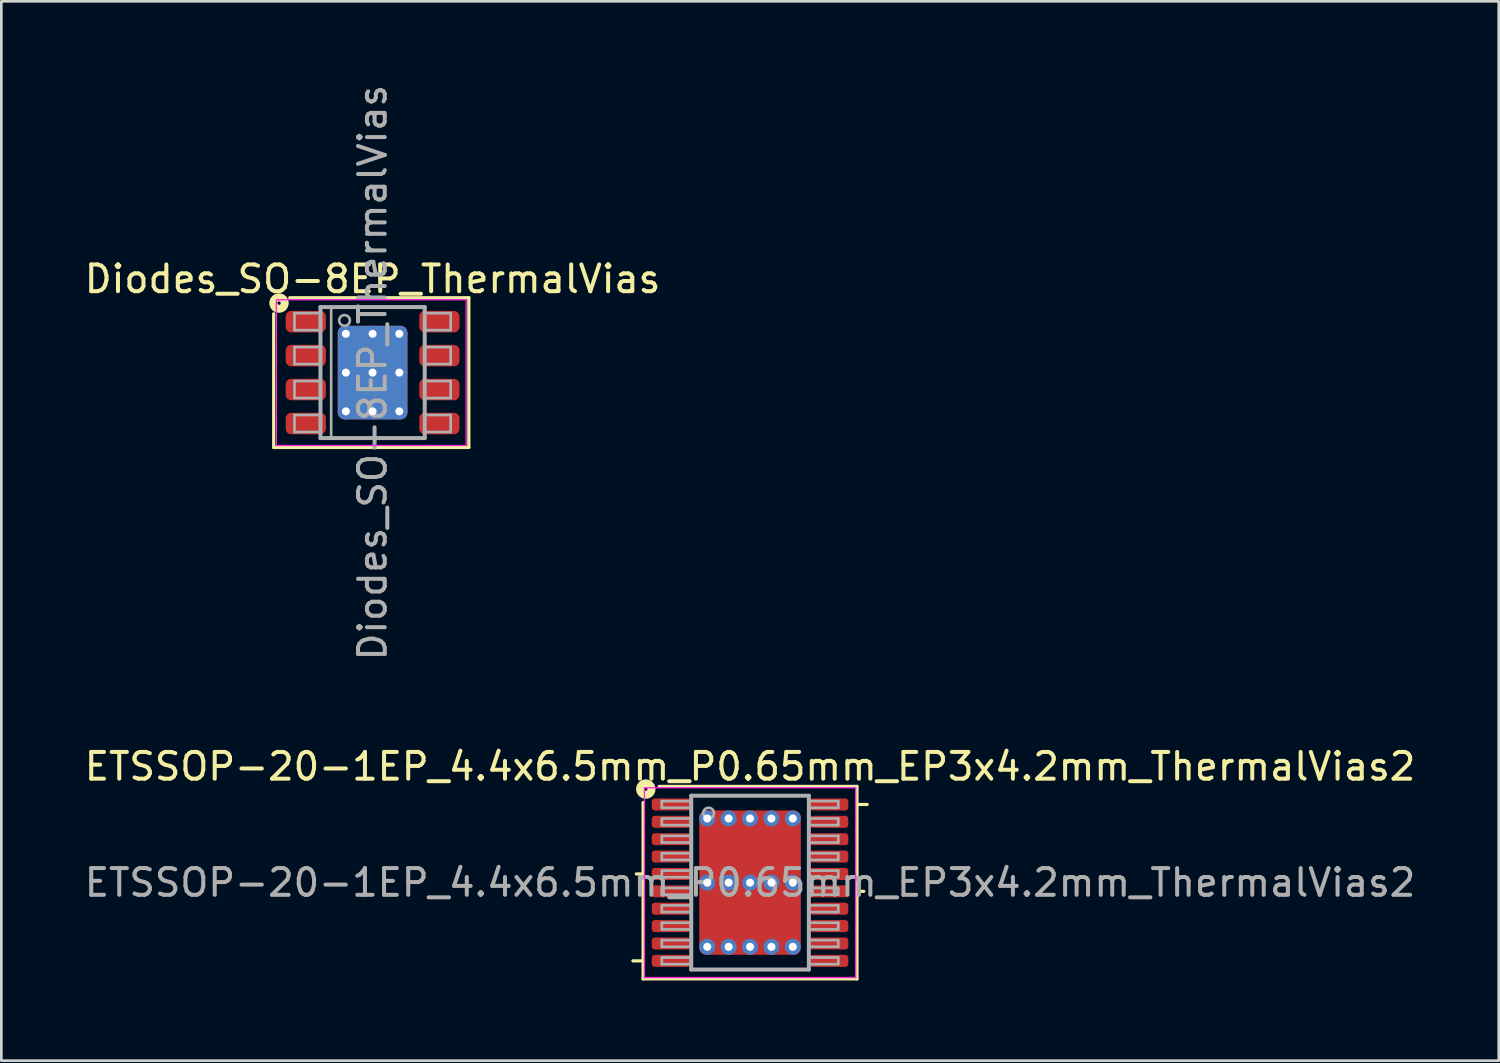
<source format=kicad_pcb>
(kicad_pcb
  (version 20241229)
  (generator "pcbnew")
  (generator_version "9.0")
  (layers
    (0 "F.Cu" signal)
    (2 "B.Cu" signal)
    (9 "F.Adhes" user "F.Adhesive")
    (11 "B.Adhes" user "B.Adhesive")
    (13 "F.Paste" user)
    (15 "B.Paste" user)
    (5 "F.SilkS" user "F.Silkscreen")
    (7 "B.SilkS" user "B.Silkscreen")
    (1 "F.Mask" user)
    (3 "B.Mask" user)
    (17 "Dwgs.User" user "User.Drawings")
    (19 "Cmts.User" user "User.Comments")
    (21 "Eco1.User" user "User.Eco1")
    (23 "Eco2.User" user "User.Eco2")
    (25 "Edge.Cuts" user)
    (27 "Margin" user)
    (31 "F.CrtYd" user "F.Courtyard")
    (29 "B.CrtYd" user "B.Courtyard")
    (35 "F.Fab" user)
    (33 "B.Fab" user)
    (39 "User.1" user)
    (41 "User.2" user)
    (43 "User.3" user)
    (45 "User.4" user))
  (footprint "ETSSOP-20-1EP_4.4x6.5mm_P0.65mm_EP3x4.2mm_ThermalVias2"
    (layer "F.Cu")
    (at 25.006 29.966)
    (property "Reference" "ETSSOP-20-1EP_4.4x6.5mm_P0.65mm_EP3x4.2mm_ThermalVias2" (at 0 -4.344 0) (layer "F.SilkS") (effects (font (size 1 1) (thickness 0.15))))
    (attr smd)
    (fp_line (start -4 -0.325) (end -4.254 -0.325) (stroke (width 0.12) (type solid)) (layer "F.SilkS"))
    (fp_line (start -4 2.925) (end -4.381 2.925) (stroke (width 0.12) (type solid)) (layer "F.SilkS"))
    (fp_line (start -4 3.6) (end -4 -3) (stroke (width 0.12) (type solid)) (layer "F.SilkS"))
    (fp_line (start -3.4 -3.6) (end 4 -3.6) (stroke (width 0.12) (type solid)) (layer "F.SilkS"))
    (fp_line (start 4 -3.6) (end 4 3.6) (stroke (width 0.12) (type solid)) (layer "F.SilkS"))
    (fp_line (start 4 -2.925) (end 4.381 -2.925) (stroke (width 0.12) (type solid)) (layer "F.SilkS"))
    (fp_line (start 4 0.325) (end 4.254 0.325) (stroke (width 0.12) (type solid)) (layer "F.SilkS"))
    (fp_line (start 4 3.6) (end -4 3.6) (stroke (width 0.12) (type solid)) (layer "F.SilkS"))
    (fp_circle (center -3.9 -3.5) (end -3.837 -3.5) (stroke (width 0.3) (type solid)) (fill no) (layer "F.SilkS"))
    (fp_line (start -3.95 -3.55) (end -3.95 3.55) (stroke (width 0.05) (type solid)) (layer "F.CrtYd"))
    (fp_line (start -3.95 -3.55) (end 3.95 -3.55) (stroke (width 0.05) (type solid)) (layer "F.CrtYd"))
    (fp_line (start -3.95 3.55) (end 3.95 3.55) (stroke (width 0.05) (type solid)) (layer "F.CrtYd"))
    (fp_line (start 3.95 -3.55) (end 3.95 3.55) (stroke (width 0.05) (type solid)) (layer "F.CrtYd"))
    (fp_line (start -3.3 -3.05) (end -3.3 -2.8) (stroke (width 0.1) (type solid)) (layer "F.Fab"))
    (fp_line (start -3.3 -3.05) (end -2.2 -3.05) (stroke (width 0.1) (type solid)) (layer "F.Fab"))
    (fp_line (start -3.3 -2.8) (end -2.2 -2.8) (stroke (width 0.1) (type solid)) (layer "F.Fab"))
    (fp_line (start -3.3 -2.4) (end -3.3 -2.15) (stroke (width 0.1) (type solid)) (layer "F.Fab"))
    (fp_line (start -3.3 -2.4) (end -2.2 -2.4) (stroke (width 0.1) (type solid)) (layer "F.Fab"))
    (fp_line (start -3.3 -2.15) (end -2.2 -2.15) (stroke (width 0.1) (type solid)) (layer "F.Fab"))
    (fp_line (start -3.3 -1.75) (end -3.3 -1.5) (stroke (width 0.1) (type solid)) (layer "F.Fab"))
    (fp_line (start -3.3 -1.75) (end -2.2 -1.75) (stroke (width 0.1) (type solid)) (layer "F.Fab"))
    (fp_line (start -3.3 -1.5) (end -2.2 -1.5) (stroke (width 0.1) (type solid)) (layer "F.Fab"))
    (fp_line (start -3.3 -1.1) (end -3.3 -0.85) (stroke (width 0.1) (type solid)) (layer "F.Fab"))
    (fp_line (start -3.3 -1.1) (end -2.2 -1.1) (stroke (width 0.1) (type solid)) (layer "F.Fab"))
    (fp_line (start -3.3 -0.85) (end -2.2 -0.85) (stroke (width 0.1) (type solid)) (layer "F.Fab"))
    (fp_line (start -3.3 -0.45) (end -3.3 -0.2) (stroke (width 0.1) (type solid)) (layer "F.Fab"))
    (fp_line (start -3.3 -0.45) (end -2.2 -0.45) (stroke (width 0.1) (type solid)) (layer "F.Fab"))
    (fp_line (start -3.3 -0.2) (end -2.2 -0.2) (stroke (width 0.1) (type solid)) (layer "F.Fab"))
    (fp_line (start -3.3 0.2) (end -3.3 0.45) (stroke (width 0.1) (type solid)) (layer "F.Fab"))
    (fp_line (start -3.3 0.2) (end -2.2 0.2) (stroke (width 0.1) (type solid)) (layer "F.Fab"))
    (fp_line (start -3.3 0.45) (end -2.2 0.45) (stroke (width 0.1) (type solid)) (layer "F.Fab"))
    (fp_line (start -3.3 0.85) (end -3.3 1.1) (stroke (width 0.1) (type solid)) (layer "F.Fab"))
    (fp_line (start -3.3 0.85) (end -2.2 0.85) (stroke (width 0.1) (type solid)) (layer "F.Fab"))
    (fp_line (start -3.3 1.1) (end -2.2 1.1) (stroke (width 0.1) (type solid)) (layer "F.Fab"))
    (fp_line (start -3.3 1.5) (end -3.3 1.75) (stroke (width 0.1) (type solid)) (layer "F.Fab"))
    (fp_line (start -3.3 1.5) (end -2.2 1.5) (stroke (width 0.1) (type solid)) (layer "F.Fab"))
    (fp_line (start -3.3 1.75) (end -2.2 1.75) (stroke (width 0.1) (type solid)) (layer "F.Fab"))
    (fp_line (start -3.3 2.15) (end -3.3 2.4) (stroke (width 0.1) (type solid)) (layer "F.Fab"))
    (fp_line (start -3.3 2.15) (end -2.2 2.15) (stroke (width 0.1) (type solid)) (layer "F.Fab"))
    (fp_line (start -3.3 2.4) (end -2.2 2.4) (stroke (width 0.1) (type solid)) (layer "F.Fab"))
    (fp_line (start -3.3 2.8) (end -3.3 3.05) (stroke (width 0.1) (type solid)) (layer "F.Fab"))
    (fp_line (start -3.3 2.8) (end -2.2 2.8) (stroke (width 0.1) (type solid)) (layer "F.Fab"))
    (fp_line (start -3.3 3.05) (end -2.2 3.05) (stroke (width 0.1) (type solid)) (layer "F.Fab"))
    (fp_line (start -2.2 -3.25) (end 2.2 -3.25) (stroke (width 0.15) (type solid)) (layer "F.Fab"))
    (fp_line (start -2.2 3.25) (end -2.2 -3.25) (stroke (width 0.15) (type solid)) (layer "F.Fab"))
    (fp_line (start 2.2 -3.25) (end 2.2 3.25) (stroke (width 0.15) (type solid)) (layer "F.Fab"))
    (fp_line (start 2.2 3.25) (end -2.2 3.25) (stroke (width 0.15) (type solid)) (layer "F.Fab"))
    (fp_line (start 3.3 -3.05) (end 2.2 -3.05) (stroke (width 0.1) (type solid)) (layer "F.Fab"))
    (fp_line (start 3.3 -2.8) (end 2.2 -2.8) (stroke (width 0.1) (type solid)) (layer "F.Fab"))
    (fp_line (start 3.3 -2.8) (end 3.3 -3.05) (stroke (width 0.1) (type solid)) (layer "F.Fab"))
    (fp_line (start 3.3 -2.4) (end 2.2 -2.4) (stroke (width 0.1) (type solid)) (layer "F.Fab"))
    (fp_line (start 3.3 -2.15) (end 2.2 -2.15) (stroke (width 0.1) (type solid)) (layer "F.Fab"))
    (fp_line (start 3.3 -2.15) (end 3.3 -2.4) (stroke (width 0.1) (type solid)) (layer "F.Fab"))
    (fp_line (start 3.3 -1.75) (end 2.2 -1.75) (stroke (width 0.1) (type solid)) (layer "F.Fab"))
    (fp_line (start 3.3 -1.5) (end 2.2 -1.5) (stroke (width 0.1) (type solid)) (layer "F.Fab"))
    (fp_line (start 3.3 -1.5) (end 3.3 -1.75) (stroke (width 0.1) (type solid)) (layer "F.Fab"))
    (fp_line (start 3.3 -1.1) (end 2.2 -1.1) (stroke (width 0.1) (type solid)) (layer "F.Fab"))
    (fp_line (start 3.3 -0.85) (end 2.2 -0.85) (stroke (width 0.1) (type solid)) (layer "F.Fab"))
    (fp_line (start 3.3 -0.85) (end 3.3 -1.1) (stroke (width 0.1) (type solid)) (layer "F.Fab"))
    (fp_line (start 3.3 -0.45) (end 2.2 -0.45) (stroke (width 0.1) (type solid)) (layer "F.Fab"))
    (fp_line (start 3.3 -0.2) (end 2.2 -0.2) (stroke (width 0.1) (type solid)) (layer "F.Fab"))
    (fp_line (start 3.3 -0.2) (end 3.3 -0.45) (stroke (width 0.1) (type solid)) (layer "F.Fab"))
    (fp_line (start 3.3 0.2) (end 2.2 0.2) (stroke (width 0.1) (type solid)) (layer "F.Fab"))
    (fp_line (start 3.3 0.45) (end 2.2 0.45) (stroke (width 0.1) (type solid)) (layer "F.Fab"))
    (fp_line (start 3.3 0.45) (end 3.3 0.2) (stroke (width 0.1) (type solid)) (layer "F.Fab"))
    (fp_line (start 3.3 0.85) (end 2.2 0.85) (stroke (width 0.1) (type solid)) (layer "F.Fab"))
    (fp_line (start 3.3 1.1) (end 2.2 1.1) (stroke (width 0.1) (type solid)) (layer "F.Fab"))
    (fp_line (start 3.3 1.1) (end 3.3 0.85) (stroke (width 0.1) (type solid)) (layer "F.Fab"))
    (fp_line (start 3.3 1.5) (end 2.2 1.5) (stroke (width 0.1) (type solid)) (layer "F.Fab"))
    (fp_line (start 3.3 1.75) (end 2.2 1.75) (stroke (width 0.1) (type solid)) (layer "F.Fab"))
    (fp_line (start 3.3 1.75) (end 3.3 1.5) (stroke (width 0.1) (type solid)) (layer "F.Fab"))
    (fp_line (start 3.3 2.15) (end 2.2 2.15) (stroke (width 0.1) (type solid)) (layer "F.Fab"))
    (fp_line (start 3.3 2.4) (end 2.2 2.4) (stroke (width 0.1) (type solid)) (layer "F.Fab"))
    (fp_line (start 3.3 2.4) (end 3.3 2.15) (stroke (width 0.1) (type solid)) (layer "F.Fab"))
    (fp_line (start 3.3 2.8) (end 2.2 2.8) (stroke (width 0.1) (type solid)) (layer "F.Fab"))
    (fp_line (start 3.3 3.05) (end 2.2 3.05) (stroke (width 0.1) (type solid)) (layer "F.Fab"))
    (fp_line (start 3.3 3.05) (end 3.3 2.8) (stroke (width 0.1) (type solid)) (layer "F.Fab"))
    (fp_circle (center -1.55 -2.6) (end -1.35 -2.6) (stroke (width 0.1) (type solid)) (fill no) (layer "F.Fab"))
    (fp_text user "${REFERENCE}" (at 0 0 0) (layer "F.Fab") (effects (font (size 1 1) (thickness 0.15))))
    (pad "" smd roundrect (at -0.7 -1.2) (size 1.2 1.4) (layers "F.Paste") (roundrect_rratio 0.208))
    (pad "" smd roundrect (at -0.7 1.2) (size 1.2 1.4) (layers "F.Paste") (roundrect_rratio 0.208))
    (pad "" smd roundrect (at 0 -1.2) (size 3 1.8) (layers "F.Mask") (roundrect_rratio 0.139))
    (pad "" smd roundrect (at 0 1.2) (size 3 1.8) (layers "F.Mask") (roundrect_rratio 0.139))
    (pad "" smd roundrect (at 0.7 -1.2) (size 1.2 1.4) (layers "F.Paste") (roundrect_rratio 0.208))
    (pad "" smd roundrect (at 0.7 1.2) (size 1.2 1.4) (layers "F.Paste") (roundrect_rratio 0.208))
    (pad "1" smd roundrect (at -2.95 -2.925) (size 1.45 0.45) (layers "F.Cu" "F.Mask" "F.Paste") (roundrect_rratio 0.25))
    (pad "2" smd roundrect (at -2.95 -2.275) (size 1.45 0.45) (layers "F.Cu" "F.Mask" "F.Paste") (roundrect_rratio 0.25))
    (pad "3" smd roundrect (at -2.95 -1.625) (size 1.45 0.45) (layers "F.Cu" "F.Mask" "F.Paste") (roundrect_rratio 0.25))
    (pad "4" smd roundrect (at -2.95 -0.975) (size 1.45 0.45) (layers "F.Cu" "F.Mask" "F.Paste") (roundrect_rratio 0.25))
    (pad "5" smd roundrect (at -2.95 -0.325) (size 1.45 0.45) (layers "F.Cu" "F.Mask" "F.Paste") (roundrect_rratio 0.25))
    (pad "6" smd roundrect (at -2.95 0.325) (size 1.45 0.45) (layers "F.Cu" "F.Mask" "F.Paste") (roundrect_rratio 0.25))
    (pad "7" smd roundrect (at -2.95 0.975) (size 1.45 0.45) (layers "F.Cu" "F.Mask" "F.Paste") (roundrect_rratio 0.25))
    (pad "8" smd roundrect (at -2.95 1.625) (size 1.45 0.45) (layers "F.Cu" "F.Mask" "F.Paste") (roundrect_rratio 0.25))
    (pad "9" smd roundrect (at -2.95 2.275) (size 1.45 0.45) (layers "F.Cu" "F.Mask" "F.Paste") (roundrect_rratio 0.25))
    (pad "10" smd roundrect (at -2.95 2.925) (size 1.45 0.45) (layers "F.Cu" "F.Mask" "F.Paste") (roundrect_rratio 0.25))
    (pad "11" smd roundrect (at 2.95 2.925) (size 1.45 0.45) (layers "F.Cu" "F.Mask" "F.Paste") (roundrect_rratio 0.25))
    (pad "12" smd roundrect (at 2.95 2.275) (size 1.45 0.45) (layers "F.Cu" "F.Mask" "F.Paste") (roundrect_rratio 0.25))
    (pad "13" smd roundrect (at 2.95 1.625) (size 1.45 0.45) (layers "F.Cu" "F.Mask" "F.Paste") (roundrect_rratio 0.25))
    (pad "14" smd roundrect (at 2.95 0.975) (size 1.45 0.45) (layers "F.Cu" "F.Mask" "F.Paste") (roundrect_rratio 0.25))
    (pad "15" smd roundrect (at 2.95 0.325) (size 1.45 0.45) (layers "F.Cu" "F.Mask" "F.Paste") (roundrect_rratio 0.25))
    (pad "16" smd roundrect (at 2.95 -0.325) (size 1.45 0.45) (layers "F.Cu" "F.Mask" "F.Paste") (roundrect_rratio 0.25))
    (pad "17" smd roundrect (at 2.95 -0.975) (size 1.45 0.45) (layers "F.Cu" "F.Mask" "F.Paste") (roundrect_rratio 0.25))
    (pad "18" smd roundrect (at 2.95 -1.625) (size 1.45 0.45) (layers "F.Cu" "F.Mask" "F.Paste") (roundrect_rratio 0.25))
    (pad "19" smd roundrect (at 2.95 -2.275) (size 1.45 0.45) (layers "F.Cu" "F.Mask" "F.Paste") (roundrect_rratio 0.25))
    (pad "20" smd roundrect (at 2.95 -2.925) (size 1.45 0.45) (layers "F.Cu" "F.Mask" "F.Paste") (roundrect_rratio 0.25))
    (pad "21" thru_hole circle (at -1.6 -2.4) (size 0.6 0.6) (drill 0.3) (property pad_prop_heatsink) (layers "*.Cu" "*.Mask"))
    (pad "21" thru_hole circle (at -1.6 0) (size 0.6 0.6) (drill 0.3) (property pad_prop_heatsink) (layers "*.Cu" "*.Mask"))
    (pad "21" thru_hole circle (at -1.6 2.4) (size 0.6 0.6) (drill 0.3) (property pad_prop_heatsink) (layers "*.Cu" "*.Mask"))
    (pad "21" thru_hole circle (at -0.8 -2.4) (size 0.6 0.6) (drill 0.3) (property pad_prop_heatsink) (layers "*.Cu" "*.Mask"))
    (pad "21" thru_hole circle (at -0.8 0) (size 0.6 0.6) (drill 0.3) (property pad_prop_heatsink) (layers "*.Cu" "*.Mask"))
    (pad "21" thru_hole circle (at -0.8 2.4) (size 0.6 0.6) (drill 0.3) (property pad_prop_heatsink) (layers "*.Cu" "*.Mask"))
    (pad "21" thru_hole circle (at 0 -2.4) (size 0.6 0.6) (drill 0.3) (property pad_prop_heatsink) (layers "*.Cu" "*.Mask"))
    (pad "21" thru_hole circle (at 0 0) (size 0.6 0.6) (drill 0.3) (property pad_prop_heatsink) (layers "*.Cu" "*.Mask"))
    (pad "21" smd roundrect (at 0 0) (size 3.8 5.4) (layers "F.Cu") (roundrect_rratio 0.066))
    (pad "21" thru_hole circle (at 0 2.4) (size 0.6 0.6) (drill 0.3) (property pad_prop_heatsink) (layers "*.Cu" "*.Mask"))
    (pad "21" thru_hole circle (at 0.8 -2.4) (size 0.6 0.6) (drill 0.3) (property pad_prop_heatsink) (layers "*.Cu" "*.Mask"))
    (pad "21" thru_hole circle (at 0.8 0) (size 0.6 0.6) (drill 0.3) (property pad_prop_heatsink) (layers "*.Cu" "*.Mask"))
    (pad "21" thru_hole circle (at 0.8 2.4) (size 0.6 0.6) (drill 0.3) (property pad_prop_heatsink) (layers "*.Cu" "*.Mask"))
    (pad "21" thru_hole circle (at 1.6 -2.4) (size 0.6 0.6) (drill 0.3) (property pad_prop_heatsink) (layers "*.Cu" "*.Mask"))
    (pad "21" thru_hole circle (at 1.6 0) (size 0.6 0.6) (drill 0.3) (property pad_prop_heatsink) (layers "*.Cu" "*.Mask"))
    (pad "21" thru_hole circle (at 1.6 2.4) (size 0.6 0.6) (drill 0.3) (property pad_prop_heatsink) (layers "*.Cu" "*.Mask")))
  (footprint "Diodes_SO-8EP_ThermalVias"
    (layer "F.Cu")
    (at 10.887 10.887)
    (property "Reference" "Diodes_SO-8EP_ThermalVias" (at 0 -3.5 0) (layer "F.SilkS") (effects (font (size 1 1) (thickness 0.15))))
    (attr smd)
    (fp_line (start -3.7 2.8) (end -3.7 -2.2) (stroke (width 0.12) (type solid)) (layer "F.SilkS"))
    (fp_line (start -3.1 -2.8) (end 3.6 -2.8) (stroke (width 0.12) (type solid)) (layer "F.SilkS"))
    (fp_line (start 3.6 -2.8) (end 3.6 2.8) (stroke (width 0.12) (type solid)) (layer "F.SilkS"))
    (fp_line (start 3.6 2.8) (end -3.7 2.8) (stroke (width 0.12) (type solid)) (layer "F.SilkS"))
    (fp_circle (center -3.5 -2.6) (end -3.437 -2.6) (stroke (width 0.3) (type solid)) (fill no) (layer "F.SilkS"))
    (fp_rect (start -3.6 -2.725) (end 3.5 2.725) (stroke (width 0.05) (type solid)) (fill no) (layer "F.CrtYd"))
    (fp_line (start -2.921 -2.223) (end -2.921 -1.587) (stroke (width 0.1) (type solid)) (layer "F.Fab"))
    (fp_line (start -2.921 -2.223) (end -1.968 -2.223) (stroke (width 0.1) (type solid)) (layer "F.Fab"))
    (fp_line (start -2.921 -1.587) (end -1.968 -1.587) (stroke (width 0.1) (type solid)) (layer "F.Fab"))
    (fp_line (start -2.921 -0.953) (end -2.921 -0.318) (stroke (width 0.1) (type solid)) (layer "F.Fab"))
    (fp_line (start -2.921 -0.953) (end -1.968 -0.953) (stroke (width 0.1) (type solid)) (layer "F.Fab"))
    (fp_line (start -2.921 -0.318) (end -1.968 -0.318) (stroke (width 0.1) (type solid)) (layer "F.Fab"))
    (fp_line (start -2.921 0.318) (end -2.921 0.953) (stroke (width 0.1) (type solid)) (layer "F.Fab"))
    (fp_line (start -2.921 0.318) (end -1.968 0.318) (stroke (width 0.1) (type solid)) (layer "F.Fab"))
    (fp_line (start -2.921 0.953) (end -1.968 0.953) (stroke (width 0.1) (type solid)) (layer "F.Fab"))
    (fp_line (start -2.921 1.587) (end -2.921 2.223) (stroke (width 0.1) (type solid)) (layer "F.Fab"))
    (fp_line (start -2.921 1.587) (end -1.968 1.587) (stroke (width 0.1) (type solid)) (layer "F.Fab"))
    (fp_line (start -2.921 2.223) (end -1.968 2.223) (stroke (width 0.1) (type solid)) (layer "F.Fab"))
    (fp_line (start -1.95 -2.45) (end 1.95 -2.45) (stroke (width 0.15) (type solid)) (layer "F.Fab"))
    (fp_line (start -1.95 2.45) (end -1.95 -2.45) (stroke (width 0.15) (type solid)) (layer "F.Fab"))
    (fp_line (start -1.55 -2.45) (end -1.55 2.45) (stroke (width 0.1) (type solid)) (layer "F.Fab"))
    (fp_line (start 1.95 -2.45) (end 1.95 2.45) (stroke (width 0.15) (type solid)) (layer "F.Fab"))
    (fp_line (start 1.95 2.45) (end -1.95 2.45) (stroke (width 0.15) (type solid)) (layer "F.Fab"))
    (fp_line (start 2.921 -2.223) (end 1.968 -2.223) (stroke (width 0.1) (type solid)) (layer "F.Fab"))
    (fp_line (start 2.921 -1.587) (end 1.968 -1.587) (stroke (width 0.1) (type solid)) (layer "F.Fab"))
    (fp_line (start 2.921 -1.587) (end 2.921 -2.223) (stroke (width 0.1) (type solid)) (layer "F.Fab"))
    (fp_line (start 2.921 -0.953) (end 1.968 -0.953) (stroke (width 0.1) (type solid)) (layer "F.Fab"))
    (fp_line (start 2.921 -0.318) (end 1.968 -0.318) (stroke (width 0.1) (type solid)) (layer "F.Fab"))
    (fp_line (start 2.921 -0.318) (end 2.921 -0.953) (stroke (width 0.1) (type solid)) (layer "F.Fab"))
    (fp_line (start 2.921 0.318) (end 1.968 0.318) (stroke (width 0.1) (type solid)) (layer "F.Fab"))
    (fp_line (start 2.921 0.953) (end 1.968 0.953) (stroke (width 0.1) (type solid)) (layer "F.Fab"))
    (fp_line (start 2.921 0.953) (end 2.921 0.318) (stroke (width 0.1) (type solid)) (layer "F.Fab"))
    (fp_line (start 2.921 1.587) (end 1.968 1.587) (stroke (width 0.1) (type solid)) (layer "F.Fab"))
    (fp_line (start 2.921 2.223) (end 1.968 2.223) (stroke (width 0.1) (type solid)) (layer "F.Fab"))
    (fp_line (start 2.921 2.223) (end 2.921 1.587) (stroke (width 0.1) (type solid)) (layer "F.Fab"))
    (fp_circle (center -1.05 -1.95) (end -0.85 -1.95) (stroke (width 0.1) (type solid)) (fill no) (layer "F.Fab"))
    (fp_text user "${REFERENCE}" (at 0 0 90) (layer "F.Fab") (effects (font (size 1 1) (thickness 0.15))))
    (pad "" smd roundrect (at -0.6 -0.8) (size 1 1.4) (layers "F.Paste") (roundrect_rratio 0.25))
    (pad "" smd roundrect (at -0.6 0.8) (size 1 1.4) (layers "F.Paste") (roundrect_rratio 0.25))
    (pad "" smd roundrect (at 0.6 -0.8) (size 1 1.4) (layers "F.Paste") (roundrect_rratio 0.25))
    (pad "" smd roundrect (at 0.6 0.8) (size 1 1.4) (layers "F.Paste") (roundrect_rratio 0.25))
    (pad "1" smd roundrect (at -2.498 -1.905) (size 1.505 0.802) (layers "F.Cu" "F.Mask" "F.Paste") (roundrect_rratio 0.25))
    (pad "2" smd roundrect (at -2.498 -0.635) (size 1.505 0.802) (layers "F.Cu" "F.Mask" "F.Paste") (roundrect_rratio 0.25))
    (pad "3" smd roundrect (at -2.498 0.635) (size 1.505 0.802) (layers "F.Cu" "F.Mask" "F.Paste") (roundrect_rratio 0.25))
    (pad "4" smd roundrect (at -2.498 1.905) (size 1.505 0.802) (layers "F.Cu" "F.Mask" "F.Paste") (roundrect_rratio 0.25))
    (pad "5" smd roundrect (at 2.498 1.905) (size 1.505 0.802) (layers "F.Cu" "F.Mask" "F.Paste") (roundrect_rratio 0.25))
    (pad "6" smd roundrect (at 2.498 0.635) (size 1.505 0.802) (layers "F.Cu" "F.Mask" "F.Paste") (roundrect_rratio 0.25))
    (pad "7" smd roundrect (at 2.498 -0.635) (size 1.505 0.802) (layers "F.Cu" "F.Mask" "F.Paste") (roundrect_rratio 0.25))
    (pad "8" smd roundrect (at 2.498 -1.905) (size 1.505 0.802) (layers "F.Cu" "F.Mask" "F.Paste") (roundrect_rratio 0.25))
    (pad "9" thru_hole circle (at -1 -1.45) (size 0.6 0.6) (drill 0.3) (property pad_prop_heatsink) (layers "*.Cu"))
    (pad "9" thru_hole circle (at -1 0) (size 0.6 0.6) (drill 0.3) (property pad_prop_heatsink) (layers "*.Cu"))
    (pad "9" thru_hole circle (at -1 1.45) (size 0.6 0.6) (drill 0.3) (property pad_prop_heatsink) (layers "*.Cu"))
    (pad "9" thru_hole circle (at 0 -1.45) (size 0.6 0.6) (drill 0.3) (property pad_prop_heatsink) (layers "*.Cu"))
    (pad "9" thru_hole circle (at 0 0) (size 0.6 0.6) (drill 0.3) (property pad_prop_heatsink) (layers "*.Cu"))
    (pad "9" smd roundrect (at 0 0) (size 2.6 3.5) (layers "B.Cu" "B.Mask") (roundrect_rratio 0.096))
    (pad "9" smd roundrect (at 0 0) (size 2.613 3.502) (layers "F.Cu" "F.Mask") (roundrect_rratio 0.096))
    (pad "9" thru_hole circle (at 0 1.45) (size 0.6 0.6) (drill 0.3) (property pad_prop_heatsink) (layers "*.Cu"))
    (pad "9" thru_hole circle (at 1 -1.45) (size 0.6 0.6) (drill 0.3) (property pad_prop_heatsink) (layers "*.Cu"))
    (pad "9" thru_hole circle (at 1 0) (size 0.6 0.6) (drill 0.3) (property pad_prop_heatsink) (layers "*.Cu"))
    (pad "9" thru_hole circle (at 1 1.45) (size 0.6 0.6) (drill 0.3) (property pad_prop_heatsink) (layers "*.Cu")))
  (gr_rect
    (start -3 -3)
    (end 53.012 36.626)
    (stroke (width 0.1) (type default))
    (fill no)
    (layer "Edge.Cuts")))
</source>
